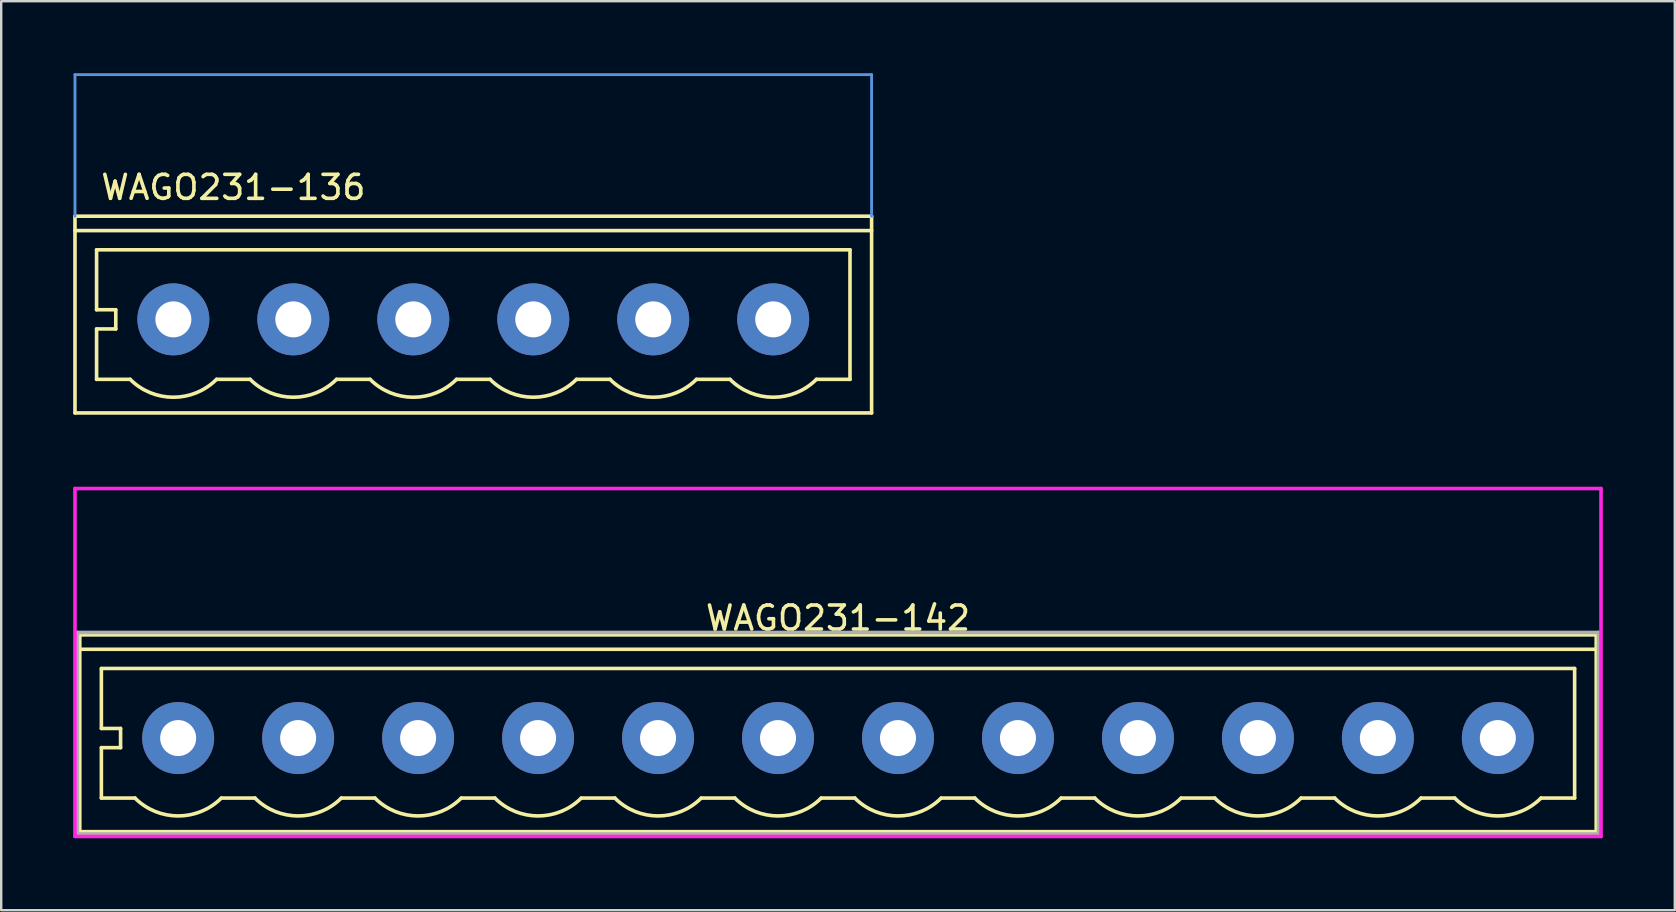
<source format=kicad_pcb>
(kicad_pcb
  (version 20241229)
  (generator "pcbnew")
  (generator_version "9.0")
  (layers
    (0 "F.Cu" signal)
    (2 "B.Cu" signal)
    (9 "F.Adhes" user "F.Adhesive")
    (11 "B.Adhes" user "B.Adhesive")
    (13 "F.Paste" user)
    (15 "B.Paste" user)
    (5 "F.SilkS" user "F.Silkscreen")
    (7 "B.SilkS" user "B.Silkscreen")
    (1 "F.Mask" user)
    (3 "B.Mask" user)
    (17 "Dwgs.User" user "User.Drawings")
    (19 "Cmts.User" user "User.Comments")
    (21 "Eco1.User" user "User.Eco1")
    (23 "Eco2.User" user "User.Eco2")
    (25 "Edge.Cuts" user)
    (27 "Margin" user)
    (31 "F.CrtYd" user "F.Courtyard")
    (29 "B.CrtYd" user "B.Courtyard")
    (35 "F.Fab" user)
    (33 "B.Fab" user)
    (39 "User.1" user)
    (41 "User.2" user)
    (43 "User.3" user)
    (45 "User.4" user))
  (footprint "WAGO231-142"
    (layer "F.Cu")
    (at 4.375 27.71)
    (property "Reference" "WAGO231-142" (at 27.5 -5 0) (layer "F.SilkS") (effects (font (size 1 1) (thickness 0.15))))
    (attr through_hole)
    (fp_line (start -4.1 -4.3) (end -4.1 3.9) (stroke (width 0.15) (type solid)) (layer "F.SilkS"))
    (fp_line (start -4.1 -4.3) (end 59.1 -4.3) (stroke (width 0.15) (type solid)) (layer "F.SilkS"))
    (fp_line (start -3.2 -2.9) (end 58.2 -2.9) (stroke (width 0.15) (type solid)) (layer "F.SilkS"))
    (fp_line (start -3.2 -0.4) (end -3.2 -2.9) (stroke (width 0.15) (type solid)) (layer "F.SilkS"))
    (fp_line (start -3.2 -0.4) (end -2.4 -0.4) (stroke (width 0.15) (type solid)) (layer "F.SilkS"))
    (fp_line (start -3.2 0.4) (end -3.2 2.5) (stroke (width 0.15) (type solid)) (layer "F.SilkS"))
    (fp_line (start -3.2 2.5) (end -1.8 2.5) (stroke (width 0.15) (type solid)) (layer "F.SilkS"))
    (fp_line (start -2.4 0.4) (end -3.2 0.4) (stroke (width 0.15) (type solid)) (layer "F.SilkS"))
    (fp_line (start -2.4 0.4) (end -2.4 -0.4) (stroke (width 0.15) (type solid)) (layer "F.SilkS"))
    (fp_line (start 1.8 2.5) (end 3.2 2.5) (stroke (width 0.15) (type solid)) (layer "F.SilkS"))
    (fp_line (start 6.8 2.5) (end 8.2 2.5) (stroke (width 0.15) (type solid)) (layer "F.SilkS"))
    (fp_line (start 11.8 2.5) (end 13.2 2.5) (stroke (width 0.15) (type solid)) (layer "F.SilkS"))
    (fp_line (start 16.8 2.5) (end 18.2 2.5) (stroke (width 0.15) (type solid)) (layer "F.SilkS"))
    (fp_line (start 21.8 2.5) (end 23.2 2.5) (stroke (width 0.15) (type solid)) (layer "F.SilkS"))
    (fp_line (start 26.8 2.5) (end 28.2 2.5) (stroke (width 0.15) (type solid)) (layer "F.SilkS"))
    (fp_line (start 31.8 2.5) (end 33.2 2.5) (stroke (width 0.15) (type solid)) (layer "F.SilkS"))
    (fp_line (start 36.8 2.5) (end 38.2 2.5) (stroke (width 0.15) (type solid)) (layer "F.SilkS"))
    (fp_line (start 41.8 2.5) (end 43.2 2.5) (stroke (width 0.15) (type solid)) (layer "F.SilkS"))
    (fp_line (start 46.8 2.5) (end 48.2 2.5) (stroke (width 0.15) (type solid)) (layer "F.SilkS"))
    (fp_line (start 51.8 2.5) (end 53.2 2.5) (stroke (width 0.15) (type solid)) (layer "F.SilkS"))
    (fp_line (start 56.8 2.5) (end 58.2 2.5) (stroke (width 0.15) (type solid)) (layer "F.SilkS"))
    (fp_line (start 58.2 2.5) (end 58.2 -2.9) (stroke (width 0.15) (type solid)) (layer "F.SilkS"))
    (fp_line (start 59.1 -3.7) (end -4.1 -3.7) (stroke (width 0.15) (type solid)) (layer "F.SilkS"))
    (fp_line (start 59.1 3.9) (end -4.1 3.9) (stroke (width 0.15) (type solid)) (layer "F.SilkS"))
    (fp_line (start 59.1 3.9) (end 59.1 -4.3) (stroke (width 0.15) (type solid)) (layer "F.SilkS"))
    (fp_arc (start 1.8 2.5) (mid 0 3.245584) (end -1.8 2.5) (stroke (width 0.15) (type solid)) (layer "F.SilkS"))
    (fp_arc (start 6.8 2.5) (mid 5 3.245584) (end 3.2 2.5) (stroke (width 0.15) (type solid)) (layer "F.SilkS"))
    (fp_arc (start 11.8 2.5) (mid 10 3.245584) (end 8.2 2.5) (stroke (width 0.15) (type solid)) (layer "F.SilkS"))
    (fp_arc (start 16.8 2.5) (mid 15 3.245584) (end 13.2 2.5) (stroke (width 0.15) (type solid)) (layer "F.SilkS"))
    (fp_arc (start 21.8 2.5) (mid 20 3.245584) (end 18.2 2.5) (stroke (width 0.15) (type solid)) (layer "F.SilkS"))
    (fp_arc (start 26.8 2.5) (mid 25 3.245584) (end 23.2 2.5) (stroke (width 0.15) (type solid)) (layer "F.SilkS"))
    (fp_arc (start 31.8 2.5) (mid 30 3.245584) (end 28.2 2.5) (stroke (width 0.15) (type solid)) (layer "F.SilkS"))
    (fp_arc (start 36.8 2.5) (mid 35 3.245584) (end 33.2 2.5) (stroke (width 0.15) (type solid)) (layer "F.SilkS"))
    (fp_arc (start 41.8 2.5) (mid 40 3.245584) (end 38.2 2.5) (stroke (width 0.15) (type solid)) (layer "F.SilkS"))
    (fp_arc (start 46.8 2.5) (mid 45 3.245584) (end 43.2 2.5) (stroke (width 0.15) (type solid)) (layer "F.SilkS"))
    (fp_arc (start 51.8 2.5) (mid 50 3.245584) (end 48.2 2.5) (stroke (width 0.15) (type solid)) (layer "F.SilkS"))
    (fp_arc (start 56.8 2.5) (mid 55 3.245584) (end 53.2 2.5) (stroke (width 0.15) (type solid)) (layer "F.SilkS"))
    (fp_line (start -4.3 4.1) (end -4.3 -10.4) (stroke (width 0.15) (type solid)) (layer "F.CrtYd"))
    (fp_line (start -4.3 4.1) (end 59.3 4.1) (stroke (width 0.15) (type solid)) (layer "F.CrtYd"))
    (fp_line (start 59.3 -10.4) (end -4.3 -10.4) (stroke (width 0.15) (type solid)) (layer "F.CrtYd"))
    (fp_line (start 59.3 4.1) (end 59.3 -10.4) (stroke (width 0.15) (type solid)) (layer "F.CrtYd"))
    (fp_line (start -4.2 -4.4) (end 59.2 -4.4) (stroke (width 0.15) (type solid)) (layer "F.Fab"))
    (fp_line (start -4.2 4) (end -4.2 -4.4) (stroke (width 0.15) (type solid)) (layer "F.Fab"))
    (fp_line (start 59.2 -4.4) (end 59.2 4) (stroke (width 0.15) (type solid)) (layer "F.Fab"))
    (fp_line (start 59.2 4) (end -4.2 4) (stroke (width 0.15) (type solid)) (layer "F.Fab"))
    (pad "1" thru_hole circle (at 0 0) (size 3 3) (drill 1.5) (layers "*.Cu" "*.Mask"))
    (pad "2" thru_hole circle (at 5 0) (size 3 3) (drill 1.5) (layers "*.Cu" "*.Mask"))
    (pad "3" thru_hole circle (at 10 0) (size 3 3) (drill 1.5) (layers "*.Cu" "*.Mask"))
    (pad "4" thru_hole circle (at 15 0) (size 3 3) (drill 1.5) (layers "*.Cu" "*.Mask"))
    (pad "5" thru_hole circle (at 20 0) (size 3 3) (drill 1.5) (layers "*.Cu" "*.Mask"))
    (pad "6" thru_hole circle (at 25 0) (size 3 3) (drill 1.5) (layers "*.Cu" "*.Mask"))
    (pad "7" thru_hole circle (at 30 0) (size 3 3) (drill 1.5) (layers "*.Cu" "*.Mask"))
    (pad "8" thru_hole circle (at 35 0) (size 3 3) (drill 1.5) (layers "*.Cu" "*.Mask"))
    (pad "9" thru_hole circle (at 40 0) (size 3 3) (drill 1.5) (layers "*.Cu" "*.Mask"))
    (pad "10" thru_hole circle (at 45 0) (size 3 3) (drill 1.5) (layers "*.Cu" "*.Mask"))
    (pad "11" thru_hole circle (at 50 0) (size 3 3) (drill 1.5) (layers "*.Cu" "*.Mask"))
    (pad "12" thru_hole circle (at 55 0) (size 3 3) (drill 1.5) (layers "*.Cu" "*.Mask")))
  (footprint "WAGO231-136"
    (layer "F.Cu")
    (at 4.175 10.26)
    (property "Reference" "WAGO231-136" (at 2.5 -5.5 0) (layer "F.SilkS") (effects (font (size 1 1) (thickness 0.15))))
    (attr through_hole)
    (fp_line (start -4.1 -4.3) (end -4.1 3.9) (stroke (width 0.15) (type solid)) (layer "F.SilkS"))
    (fp_line (start -4.1 -4.3) (end 29.1 -4.3) (stroke (width 0.15) (type solid)) (layer "F.SilkS"))
    (fp_line (start -3.2 -2.9) (end 28.2 -2.9) (stroke (width 0.15) (type solid)) (layer "F.SilkS"))
    (fp_line (start -3.2 -0.4) (end -3.2 -2.9) (stroke (width 0.15) (type solid)) (layer "F.SilkS"))
    (fp_line (start -3.2 -0.4) (end -2.4 -0.4) (stroke (width 0.15) (type solid)) (layer "F.SilkS"))
    (fp_line (start -3.2 0.4) (end -3.2 2.5) (stroke (width 0.15) (type solid)) (layer "F.SilkS"))
    (fp_line (start -3.2 2.5) (end -1.8 2.5) (stroke (width 0.15) (type solid)) (layer "F.SilkS"))
    (fp_line (start -2.4 0.4) (end -3.2 0.4) (stroke (width 0.15) (type solid)) (layer "F.SilkS"))
    (fp_line (start -2.4 0.4) (end -2.4 -0.4) (stroke (width 0.15) (type solid)) (layer "F.SilkS"))
    (fp_line (start 1.8 2.5) (end 3.2 2.5) (stroke (width 0.15) (type solid)) (layer "F.SilkS"))
    (fp_line (start 6.8 2.5) (end 8.2 2.5) (stroke (width 0.15) (type solid)) (layer "F.SilkS"))
    (fp_line (start 11.8 2.5) (end 13.2 2.5) (stroke (width 0.15) (type solid)) (layer "F.SilkS"))
    (fp_line (start 16.8 2.5) (end 18.2 2.5) (stroke (width 0.15) (type solid)) (layer "F.SilkS"))
    (fp_line (start 21.8 2.5) (end 23.2 2.5) (stroke (width 0.15) (type solid)) (layer "F.SilkS"))
    (fp_line (start 26.8 2.5) (end 28.2 2.5) (stroke (width 0.15) (type solid)) (layer "F.SilkS"))
    (fp_line (start 28.2 2.5) (end 28.2 -2.9) (stroke (width 0.15) (type solid)) (layer "F.SilkS"))
    (fp_line (start 29.1 -3.7) (end -4.1 -3.7) (stroke (width 0.15) (type solid)) (layer "F.SilkS"))
    (fp_line (start 29.1 3.9) (end -4.1 3.9) (stroke (width 0.15) (type solid)) (layer "F.SilkS"))
    (fp_line (start 29.1 3.9) (end 29.1 -4.3) (stroke (width 0.15) (type solid)) (layer "F.SilkS"))
    (fp_arc (start 1.8 2.5) (mid 0 3.245584) (end -1.8 2.5) (stroke (width 0.15) (type solid)) (layer "F.SilkS"))
    (fp_arc (start 6.8 2.5) (mid 5 3.245584) (end 3.2 2.5) (stroke (width 0.15) (type solid)) (layer "F.SilkS"))
    (fp_arc (start 11.8 2.5) (mid 10 3.245584) (end 8.2 2.5) (stroke (width 0.15) (type solid)) (layer "F.SilkS"))
    (fp_arc (start 16.8 2.5) (mid 15 3.245584) (end 13.2 2.5) (stroke (width 0.15) (type solid)) (layer "F.SilkS"))
    (fp_arc (start 21.8 2.5) (mid 20 3.245584) (end 18.2 2.5) (stroke (width 0.15) (type solid)) (layer "F.SilkS"))
    (fp_arc (start 26.8 2.5) (mid 25 3.245584) (end 23.2 2.5) (stroke (width 0.15) (type solid)) (layer "F.SilkS"))
    (fp_line (start -4.1 -10.2) (end -4.1 -4.3) (stroke (width 0.12) (type solid)) (layer "Cmts.User"))
    (fp_line (start 29.1 -10.2) (end -4.1 -10.2) (stroke (width 0.12) (type solid)) (layer "Cmts.User"))
    (fp_line (start 29.1 -4.3) (end 29.1 -10.2) (stroke (width 0.12) (type solid)) (layer "Cmts.User"))
    (pad "1" thru_hole circle (at 0 0) (size 3 3) (drill 1.5) (layers "*.Cu" "*.Mask"))
    (pad "2" thru_hole circle (at 5 0) (size 3 3) (drill 1.5) (layers "*.Cu" "*.Mask"))
    (pad "3" thru_hole circle (at 10 0) (size 3 3) (drill 1.5) (layers "*.Cu" "*.Mask"))
    (pad "4" thru_hole circle (at 15 0) (size 3 3) (drill 1.5) (layers "*.Cu" "*.Mask"))
    (pad "5" thru_hole circle (at 20 0) (size 3 3) (drill 1.5) (layers "*.Cu" "*.Mask"))
    (pad "6" thru_hole circle (at 25 0) (size 3 3) (drill 1.5) (layers "*.Cu" "*.Mask")))
  (gr_rect
    (start -3 -3)
    (end 66.75 34.885)
    (stroke (width 0.1) (type default))
    (fill no)
    (layer "Edge.Cuts")))
</source>
